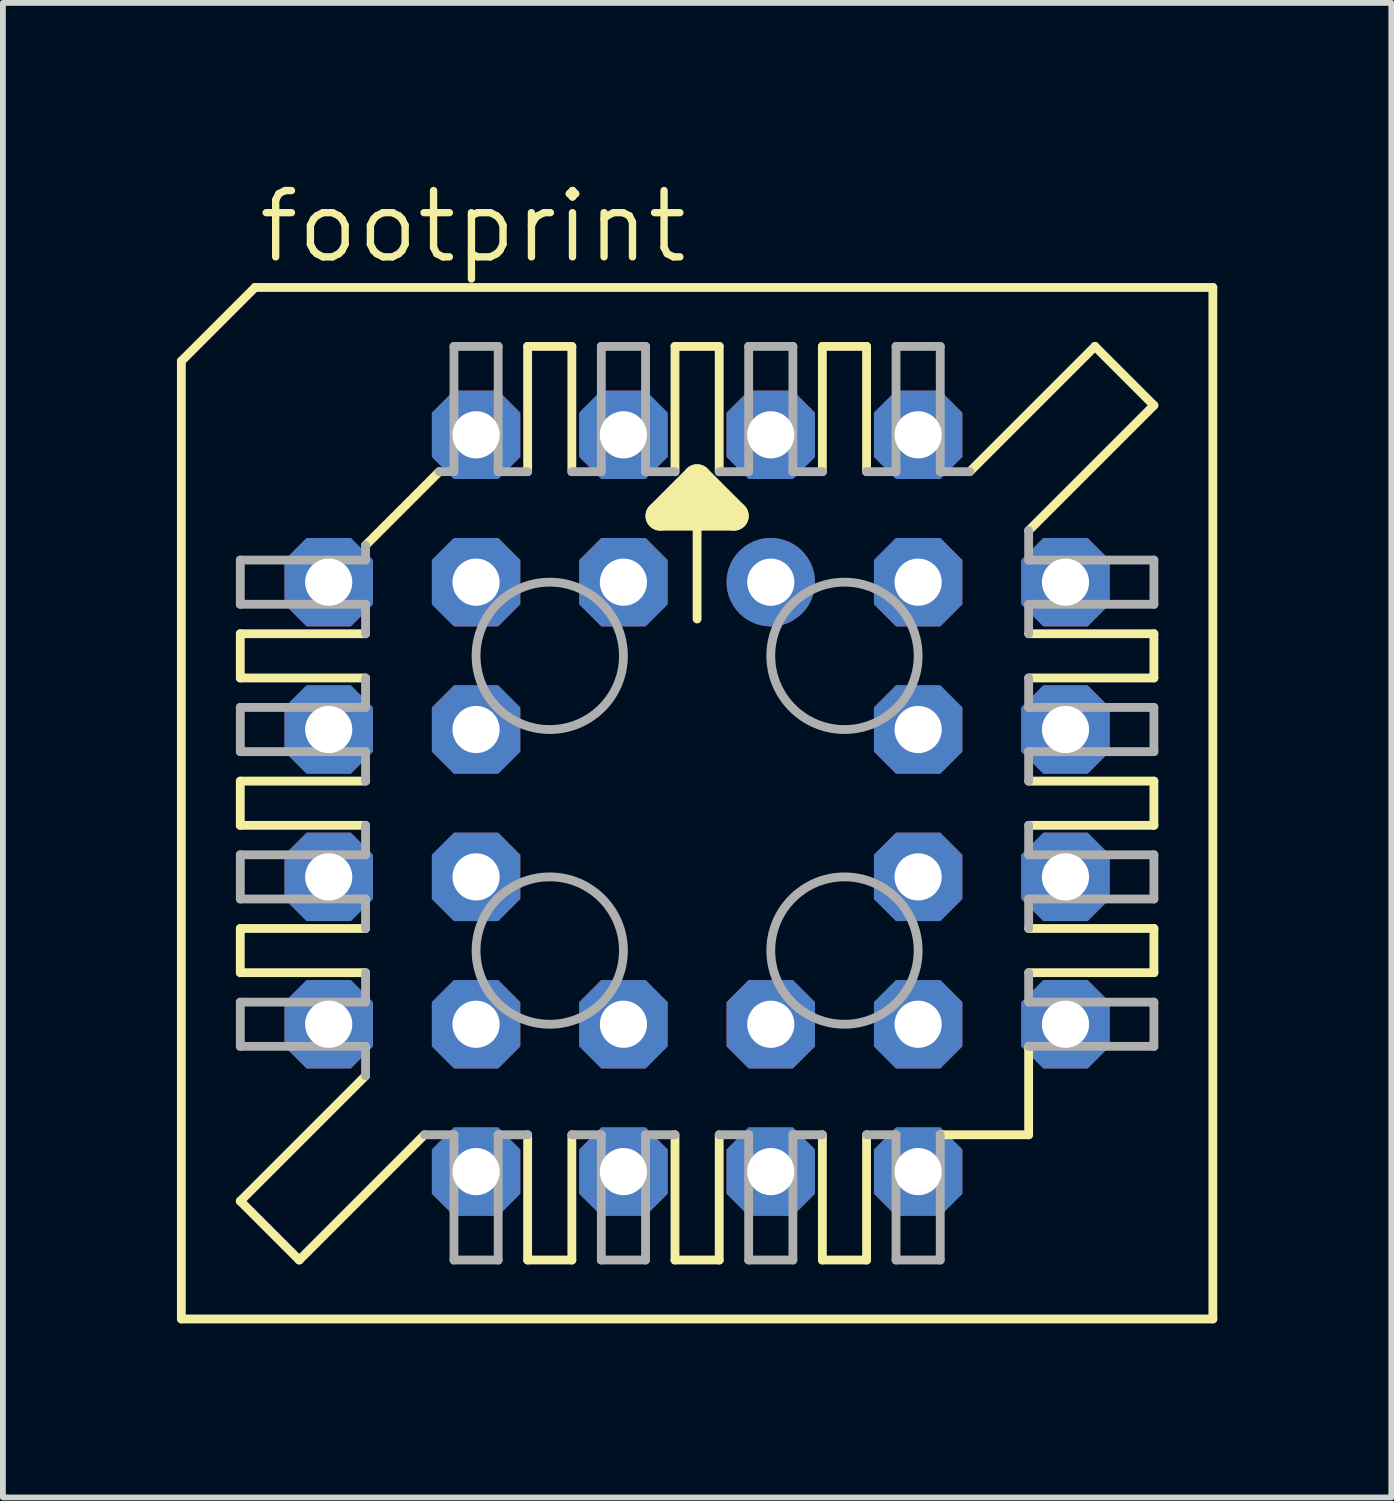
<source format=kicad_pcb>
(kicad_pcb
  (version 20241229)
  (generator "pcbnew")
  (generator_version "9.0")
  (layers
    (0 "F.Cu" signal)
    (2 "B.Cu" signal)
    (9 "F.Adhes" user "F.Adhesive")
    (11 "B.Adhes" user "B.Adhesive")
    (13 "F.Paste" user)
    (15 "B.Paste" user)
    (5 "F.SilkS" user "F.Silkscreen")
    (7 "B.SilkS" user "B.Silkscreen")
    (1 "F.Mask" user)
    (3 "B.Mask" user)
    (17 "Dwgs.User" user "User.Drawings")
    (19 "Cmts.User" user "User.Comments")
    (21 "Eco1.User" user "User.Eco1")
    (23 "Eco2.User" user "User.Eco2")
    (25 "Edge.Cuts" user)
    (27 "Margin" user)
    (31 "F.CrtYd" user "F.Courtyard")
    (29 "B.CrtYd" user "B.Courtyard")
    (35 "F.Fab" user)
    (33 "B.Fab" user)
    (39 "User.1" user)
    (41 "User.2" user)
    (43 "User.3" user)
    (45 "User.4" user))
  (footprint "footprint"
    (layer "F.Cu")
    (at 8.966 10.795)
    (property "Reference" "footprint" (at -7.62 -9.271 0) (layer "F.SilkS") (effects (font (size 1.143 1.143) (thickness 0.127)) (justify left bottom)))
    (fp_line (start -8.89 -7.62) (end -8.89 8.89) (stroke (width 0.152) (type solid)) (layer "F.SilkS"))
    (fp_line (start -7.874 -2.159) (end -7.874 -2.921) (stroke (width 0.152) (type solid)) (layer "F.SilkS"))
    (fp_line (start -7.874 -2.159) (end -5.715 -2.159) (stroke (width 0.152) (type solid)) (layer "F.SilkS"))
    (fp_line (start -7.874 0.381) (end -7.874 -0.381) (stroke (width 0.152) (type solid)) (layer "F.SilkS"))
    (fp_line (start -7.874 0.381) (end -5.715 0.381) (stroke (width 0.152) (type solid)) (layer "F.SilkS"))
    (fp_line (start -7.874 2.921) (end -7.874 2.159) (stroke (width 0.152) (type solid)) (layer "F.SilkS"))
    (fp_line (start -7.874 2.921) (end -5.715 2.921) (stroke (width 0.152) (type solid)) (layer "F.SilkS"))
    (fp_line (start -7.874 6.858) (end -5.715 4.699) (stroke (width 0.152) (type solid)) (layer "F.SilkS"))
    (fp_line (start -7.62 -8.89) (end -8.89 -7.62) (stroke (width 0.152) (type solid)) (layer "F.SilkS"))
    (fp_line (start -6.858 7.874) (end -7.874 6.858) (stroke (width 0.152) (type solid)) (layer "F.SilkS"))
    (fp_line (start -6.858 7.874) (end -4.699 5.715) (stroke (width 0.152) (type solid)) (layer "F.SilkS"))
    (fp_line (start -5.715 -4.445) (end -4.445 -5.715) (stroke (width 0.152) (type solid)) (layer "F.SilkS"))
    (fp_line (start -5.715 -2.921) (end -7.874 -2.921) (stroke (width 0.152) (type solid)) (layer "F.SilkS"))
    (fp_line (start -5.715 -0.381) (end -7.874 -0.381) (stroke (width 0.152) (type solid)) (layer "F.SilkS"))
    (fp_line (start -5.715 2.159) (end -7.874 2.159) (stroke (width 0.152) (type solid)) (layer "F.SilkS"))
    (fp_line (start -2.921 -5.715) (end -2.921 -7.874) (stroke (width 0.152) (type solid)) (layer "F.SilkS"))
    (fp_line (start -2.921 7.874) (end -2.921 5.715) (stroke (width 0.152) (type solid)) (layer "F.SilkS"))
    (fp_line (start -2.921 7.874) (end -2.159 7.874) (stroke (width 0.152) (type solid)) (layer "F.SilkS"))
    (fp_line (start -2.159 -7.874) (end -2.921 -7.874) (stroke (width 0.152) (type solid)) (layer "F.SilkS"))
    (fp_line (start -2.159 -7.874) (end -2.159 -5.715) (stroke (width 0.152) (type solid)) (layer "F.SilkS"))
    (fp_line (start -2.159 5.715) (end -2.159 7.874) (stroke (width 0.152) (type solid)) (layer "F.SilkS"))
    (fp_line (start -0.635 -4.953) (end 0 -5.588) (stroke (width 0.508) (type solid)) (layer "F.SilkS"))
    (fp_line (start -0.381 -5.715) (end -0.381 -7.874) (stroke (width 0.152) (type solid)) (layer "F.SilkS"))
    (fp_line (start -0.381 7.874) (end -0.381 5.715) (stroke (width 0.152) (type solid)) (layer "F.SilkS"))
    (fp_line (start -0.381 7.874) (end 0.381 7.874) (stroke (width 0.152) (type solid)) (layer "F.SilkS"))
    (fp_line (start 0 -5.588) (end 0 -3.175) (stroke (width 0.152) (type solid)) (layer "F.SilkS"))
    (fp_line (start 0 -5.588) (end 0.635 -4.953) (stroke (width 0.508) (type solid)) (layer "F.SilkS"))
    (fp_line (start 0.381 -7.874) (end -0.381 -7.874) (stroke (width 0.152) (type solid)) (layer "F.SilkS"))
    (fp_line (start 0.381 -7.874) (end 0.381 -5.715) (stroke (width 0.152) (type solid)) (layer "F.SilkS"))
    (fp_line (start 0.381 5.715) (end 0.381 7.874) (stroke (width 0.152) (type solid)) (layer "F.SilkS"))
    (fp_line (start 0.635 -4.953) (end -0.635 -4.953) (stroke (width 0.508) (type solid)) (layer "F.SilkS"))
    (fp_line (start 2.159 -5.715) (end 2.159 -7.874) (stroke (width 0.152) (type solid)) (layer "F.SilkS"))
    (fp_line (start 2.159 7.874) (end 2.159 5.715) (stroke (width 0.152) (type solid)) (layer "F.SilkS"))
    (fp_line (start 2.159 7.874) (end 2.921 7.874) (stroke (width 0.152) (type solid)) (layer "F.SilkS"))
    (fp_line (start 2.921 -7.874) (end 2.159 -7.874) (stroke (width 0.152) (type solid)) (layer "F.SilkS"))
    (fp_line (start 2.921 -7.874) (end 2.921 -5.715) (stroke (width 0.152) (type solid)) (layer "F.SilkS"))
    (fp_line (start 2.921 5.715) (end 2.921 7.874) (stroke (width 0.152) (type solid)) (layer "F.SilkS"))
    (fp_line (start 4.191 5.715) (end 5.715 5.715) (stroke (width 0.152) (type solid)) (layer "F.SilkS"))
    (fp_line (start 5.715 -2.159) (end 7.874 -2.159) (stroke (width 0.152) (type solid)) (layer "F.SilkS"))
    (fp_line (start 5.715 0.381) (end 7.874 0.381) (stroke (width 0.152) (type solid)) (layer "F.SilkS"))
    (fp_line (start 5.715 2.921) (end 7.874 2.921) (stroke (width 0.152) (type solid)) (layer "F.SilkS"))
    (fp_line (start 5.715 4.191) (end 5.715 5.715) (stroke (width 0.152) (type solid)) (layer "F.SilkS"))
    (fp_line (start 6.858 -7.874) (end 4.699 -5.715) (stroke (width 0.152) (type solid)) (layer "F.SilkS"))
    (fp_line (start 7.874 -6.858) (end 5.715 -4.699) (stroke (width 0.152) (type solid)) (layer "F.SilkS"))
    (fp_line (start 7.874 -6.858) (end 6.858 -7.874) (stroke (width 0.152) (type solid)) (layer "F.SilkS"))
    (fp_line (start 7.874 -2.921) (end 5.715 -2.921) (stroke (width 0.152) (type solid)) (layer "F.SilkS"))
    (fp_line (start 7.874 -2.921) (end 7.874 -2.159) (stroke (width 0.152) (type solid)) (layer "F.SilkS"))
    (fp_line (start 7.874 -0.381) (end 5.715 -0.381) (stroke (width 0.152) (type solid)) (layer "F.SilkS"))
    (fp_line (start 7.874 -0.381) (end 7.874 0.381) (stroke (width 0.152) (type solid)) (layer "F.SilkS"))
    (fp_line (start 7.874 2.159) (end 5.715 2.159) (stroke (width 0.152) (type solid)) (layer "F.SilkS"))
    (fp_line (start 7.874 2.159) (end 7.874 2.921) (stroke (width 0.152) (type solid)) (layer "F.SilkS"))
    (fp_line (start 8.89 -8.89) (end -7.62 -8.89) (stroke (width 0.152) (type solid)) (layer "F.SilkS"))
    (fp_line (start 8.89 8.89) (end -8.89 8.89) (stroke (width 0.152) (type solid)) (layer "F.SilkS"))
    (fp_line (start 8.89 8.89) (end 8.89 -8.89) (stroke (width 0.152) (type solid)) (layer "F.SilkS"))
    (fp_line (start -7.874 -3.429) (end -7.874 -4.191) (stroke (width 0.152) (type solid)) (layer "F.Fab"))
    (fp_line (start -7.874 -3.429) (end -5.715 -3.429) (stroke (width 0.152) (type solid)) (layer "F.Fab"))
    (fp_line (start -7.874 -0.889) (end -7.874 -1.651) (stroke (width 0.152) (type solid)) (layer "F.Fab"))
    (fp_line (start -7.874 -0.889) (end -5.715 -0.889) (stroke (width 0.152) (type solid)) (layer "F.Fab"))
    (fp_line (start -7.874 1.651) (end -7.874 0.889) (stroke (width 0.152) (type solid)) (layer "F.Fab"))
    (fp_line (start -7.874 1.651) (end -5.715 1.651) (stroke (width 0.152) (type solid)) (layer "F.Fab"))
    (fp_line (start -7.874 4.191) (end -7.874 3.429) (stroke (width 0.152) (type solid)) (layer "F.Fab"))
    (fp_line (start -7.874 4.191) (end -5.715 4.191) (stroke (width 0.152) (type solid)) (layer "F.Fab"))
    (fp_line (start -5.715 -4.191) (end -7.874 -4.191) (stroke (width 0.152) (type solid)) (layer "F.Fab"))
    (fp_line (start -5.715 -4.191) (end -5.715 -4.445) (stroke (width 0.152) (type solid)) (layer "F.Fab"))
    (fp_line (start -5.715 -2.921) (end -5.715 -3.429) (stroke (width 0.152) (type solid)) (layer "F.Fab"))
    (fp_line (start -5.715 -1.651) (end -7.874 -1.651) (stroke (width 0.152) (type solid)) (layer "F.Fab"))
    (fp_line (start -5.715 -1.651) (end -5.715 -2.159) (stroke (width 0.152) (type solid)) (layer "F.Fab"))
    (fp_line (start -5.715 -0.381) (end -5.715 -0.889) (stroke (width 0.152) (type solid)) (layer "F.Fab"))
    (fp_line (start -5.715 0.889) (end -7.874 0.889) (stroke (width 0.152) (type solid)) (layer "F.Fab"))
    (fp_line (start -5.715 0.889) (end -5.715 0.381) (stroke (width 0.152) (type solid)) (layer "F.Fab"))
    (fp_line (start -5.715 2.159) (end -5.715 1.651) (stroke (width 0.152) (type solid)) (layer "F.Fab"))
    (fp_line (start -5.715 3.429) (end -7.874 3.429) (stroke (width 0.152) (type solid)) (layer "F.Fab"))
    (fp_line (start -5.715 3.429) (end -5.715 2.921) (stroke (width 0.152) (type solid)) (layer "F.Fab"))
    (fp_line (start -5.715 4.699) (end -5.715 4.191) (stroke (width 0.152) (type solid)) (layer "F.Fab"))
    (fp_line (start -4.699 5.715) (end -4.191 5.715) (stroke (width 0.152) (type solid)) (layer "F.Fab"))
    (fp_line (start -4.191 -5.715) (end -4.445 -5.715) (stroke (width 0.152) (type solid)) (layer "F.Fab"))
    (fp_line (start -4.191 -5.715) (end -4.191 -7.874) (stroke (width 0.152) (type solid)) (layer "F.Fab"))
    (fp_line (start -4.191 7.874) (end -4.191 5.715) (stroke (width 0.152) (type solid)) (layer "F.Fab"))
    (fp_line (start -4.191 7.874) (end -3.429 7.874) (stroke (width 0.152) (type solid)) (layer "F.Fab"))
    (fp_line (start -3.429 -7.874) (end -4.191 -7.874) (stroke (width 0.152) (type solid)) (layer "F.Fab"))
    (fp_line (start -3.429 -7.874) (end -3.429 -5.715) (stroke (width 0.152) (type solid)) (layer "F.Fab"))
    (fp_line (start -3.429 5.715) (end -3.429 7.874) (stroke (width 0.152) (type solid)) (layer "F.Fab"))
    (fp_line (start -3.429 5.715) (end -2.921 5.715) (stroke (width 0.152) (type solid)) (layer "F.Fab"))
    (fp_line (start -2.921 -5.715) (end -3.429 -5.715) (stroke (width 0.152) (type solid)) (layer "F.Fab"))
    (fp_line (start -2.159 5.715) (end -1.651 5.715) (stroke (width 0.152) (type solid)) (layer "F.Fab"))
    (fp_line (start -1.651 -5.715) (end -2.159 -5.715) (stroke (width 0.152) (type solid)) (layer "F.Fab"))
    (fp_line (start -1.651 -5.715) (end -1.651 -7.874) (stroke (width 0.152) (type solid)) (layer "F.Fab"))
    (fp_line (start -1.651 7.874) (end -1.651 5.715) (stroke (width 0.152) (type solid)) (layer "F.Fab"))
    (fp_line (start -1.651 7.874) (end -0.889 7.874) (stroke (width 0.152) (type solid)) (layer "F.Fab"))
    (fp_line (start -0.889 -7.874) (end -1.651 -7.874) (stroke (width 0.152) (type solid)) (layer "F.Fab"))
    (fp_line (start -0.889 -7.874) (end -0.889 -5.715) (stroke (width 0.152) (type solid)) (layer "F.Fab"))
    (fp_line (start -0.889 5.715) (end -0.889 7.874) (stroke (width 0.152) (type solid)) (layer "F.Fab"))
    (fp_line (start -0.889 5.715) (end -0.381 5.715) (stroke (width 0.152) (type solid)) (layer "F.Fab"))
    (fp_line (start -0.381 -5.715) (end -0.889 -5.715) (stroke (width 0.152) (type solid)) (layer "F.Fab"))
    (fp_line (start 0.381 5.715) (end 0.889 5.715) (stroke (width 0.152) (type solid)) (layer "F.Fab"))
    (fp_line (start 0.889 -5.715) (end 0.381 -5.715) (stroke (width 0.152) (type solid)) (layer "F.Fab"))
    (fp_line (start 0.889 -5.715) (end 0.889 -7.874) (stroke (width 0.152) (type solid)) (layer "F.Fab"))
    (fp_line (start 0.889 7.874) (end 0.889 5.715) (stroke (width 0.152) (type solid)) (layer "F.Fab"))
    (fp_line (start 0.889 7.874) (end 1.651 7.874) (stroke (width 0.152) (type solid)) (layer "F.Fab"))
    (fp_line (start 1.651 -7.874) (end 0.889 -7.874) (stroke (width 0.152) (type solid)) (layer "F.Fab"))
    (fp_line (start 1.651 -7.874) (end 1.651 -5.715) (stroke (width 0.152) (type solid)) (layer "F.Fab"))
    (fp_line (start 1.651 5.715) (end 1.651 7.874) (stroke (width 0.152) (type solid)) (layer "F.Fab"))
    (fp_line (start 1.651 5.715) (end 2.159 5.715) (stroke (width 0.152) (type solid)) (layer "F.Fab"))
    (fp_line (start 2.159 -5.715) (end 1.651 -5.715) (stroke (width 0.152) (type solid)) (layer "F.Fab"))
    (fp_line (start 2.921 5.715) (end 3.429 5.715) (stroke (width 0.152) (type solid)) (layer "F.Fab"))
    (fp_line (start 3.429 -5.715) (end 2.921 -5.715) (stroke (width 0.152) (type solid)) (layer "F.Fab"))
    (fp_line (start 3.429 -5.715) (end 3.429 -7.874) (stroke (width 0.152) (type solid)) (layer "F.Fab"))
    (fp_line (start 3.429 7.874) (end 3.429 5.715) (stroke (width 0.152) (type solid)) (layer "F.Fab"))
    (fp_line (start 3.429 7.874) (end 4.191 7.874) (stroke (width 0.152) (type solid)) (layer "F.Fab"))
    (fp_line (start 4.191 -7.874) (end 3.429 -7.874) (stroke (width 0.152) (type solid)) (layer "F.Fab"))
    (fp_line (start 4.191 -7.874) (end 4.191 -5.715) (stroke (width 0.152) (type solid)) (layer "F.Fab"))
    (fp_line (start 4.191 5.715) (end 4.191 7.874) (stroke (width 0.152) (type solid)) (layer "F.Fab"))
    (fp_line (start 4.699 -5.715) (end 4.191 -5.715) (stroke (width 0.152) (type solid)) (layer "F.Fab"))
    (fp_line (start 5.715 -4.699) (end 5.715 -4.191) (stroke (width 0.152) (type solid)) (layer "F.Fab"))
    (fp_line (start 5.715 -3.429) (end 5.715 -2.921) (stroke (width 0.152) (type solid)) (layer "F.Fab"))
    (fp_line (start 5.715 -3.429) (end 7.874 -3.429) (stroke (width 0.152) (type solid)) (layer "F.Fab"))
    (fp_line (start 5.715 -2.159) (end 5.715 -1.651) (stroke (width 0.152) (type solid)) (layer "F.Fab"))
    (fp_line (start 5.715 -0.889) (end 5.715 -0.381) (stroke (width 0.152) (type solid)) (layer "F.Fab"))
    (fp_line (start 5.715 -0.889) (end 7.874 -0.889) (stroke (width 0.152) (type solid)) (layer "F.Fab"))
    (fp_line (start 5.715 0.381) (end 5.715 0.889) (stroke (width 0.152) (type solid)) (layer "F.Fab"))
    (fp_line (start 5.715 1.651) (end 5.715 2.159) (stroke (width 0.152) (type solid)) (layer "F.Fab"))
    (fp_line (start 5.715 1.651) (end 7.874 1.651) (stroke (width 0.152) (type solid)) (layer "F.Fab"))
    (fp_line (start 5.715 2.921) (end 5.715 3.429) (stroke (width 0.152) (type solid)) (layer "F.Fab"))
    (fp_line (start 5.715 4.191) (end 7.874 4.191) (stroke (width 0.152) (type solid)) (layer "F.Fab"))
    (fp_line (start 7.874 -4.191) (end 5.715 -4.191) (stroke (width 0.152) (type solid)) (layer "F.Fab"))
    (fp_line (start 7.874 -4.191) (end 7.874 -3.429) (stroke (width 0.152) (type solid)) (layer "F.Fab"))
    (fp_line (start 7.874 -1.651) (end 5.715 -1.651) (stroke (width 0.152) (type solid)) (layer "F.Fab"))
    (fp_line (start 7.874 -1.651) (end 7.874 -0.889) (stroke (width 0.152) (type solid)) (layer "F.Fab"))
    (fp_line (start 7.874 0.889) (end 5.715 0.889) (stroke (width 0.152) (type solid)) (layer "F.Fab"))
    (fp_line (start 7.874 0.889) (end 7.874 1.651) (stroke (width 0.152) (type solid)) (layer "F.Fab"))
    (fp_line (start 7.874 3.429) (end 5.715 3.429) (stroke (width 0.152) (type solid)) (layer "F.Fab"))
    (fp_line (start 7.874 3.429) (end 7.874 4.191) (stroke (width 0.152) (type solid)) (layer "F.Fab"))
    (fp_circle (center -2.54 -2.54) (end -1.27 -2.54) (stroke (width 0.152) (type solid)) (fill no) (layer "F.Fab"))
    (fp_circle (center -2.54 2.54) (end -1.27 2.54) (stroke (width 0.152) (type solid)) (fill no) (layer "F.Fab"))
    (fp_circle (center 2.54 -2.54) (end 3.81 -2.54) (stroke (width 0.152) (type solid)) (fill no) (layer "F.Fab"))
    (fp_circle (center 2.54 2.54) (end 3.81 2.54) (stroke (width 0.152) (type solid)) (fill no) (layer "F.Fab"))
    (pad "1" thru_hole circle (at 1.27 -3.81) (size 1.524 1.524) (drill 0.813) (layers "*.Cu" "*.Mask"))
    (pad "2" thru_hole roundrect (at -1.27 -6.35) (size 1.524 1.524) (drill 0.813) (layers "*.Cu" "*.Mask") (roundrect_rratio 0.25) (chamfer_ratio 0.25) (chamfer top_left top_right bottom_left bottom_right))
    (pad "3" thru_hole roundrect (at -1.27 -3.81) (size 1.524 1.524) (drill 0.813) (layers "*.Cu" "*.Mask") (roundrect_rratio 0.25) (chamfer_ratio 0.25) (chamfer top_left top_right bottom_left bottom_right))
    (pad "4" thru_hole roundrect (at -3.81 -6.35) (size 1.524 1.524) (drill 0.813) (layers "*.Cu" "*.Mask") (roundrect_rratio 0.25) (chamfer_ratio 0.25) (chamfer top_left top_right bottom_left bottom_right))
    (pad "5" thru_hole roundrect (at -6.35 -3.81) (size 1.524 1.524) (drill 0.813) (layers "*.Cu" "*.Mask") (roundrect_rratio 0.25) (chamfer_ratio 0.25) (chamfer top_left top_right bottom_left bottom_right))
    (pad "6" thru_hole roundrect (at -3.81 -3.81) (size 1.524 1.524) (drill 0.813) (layers "*.Cu" "*.Mask") (roundrect_rratio 0.25) (chamfer_ratio 0.25) (chamfer top_left top_right bottom_left bottom_right))
    (pad "7" thru_hole roundrect (at -6.35 -1.27) (size 1.524 1.524) (drill 0.813) (layers "*.Cu" "*.Mask") (roundrect_rratio 0.25) (chamfer_ratio 0.25) (chamfer top_left top_right bottom_left bottom_right))
    (pad "8" thru_hole roundrect (at -3.81 -1.27) (size 1.524 1.524) (drill 0.813) (layers "*.Cu" "*.Mask") (roundrect_rratio 0.25) (chamfer_ratio 0.25) (chamfer top_left top_right bottom_left bottom_right))
    (pad "9" thru_hole roundrect (at -6.35 1.27) (size 1.524 1.524) (drill 0.813) (layers "*.Cu" "*.Mask") (roundrect_rratio 0.25) (chamfer_ratio 0.25) (chamfer top_left top_right bottom_left bottom_right))
    (pad "10" thru_hole roundrect (at -3.81 1.27) (size 1.524 1.524) (drill 0.813) (layers "*.Cu" "*.Mask") (roundrect_rratio 0.25) (chamfer_ratio 0.25) (chamfer top_left top_right bottom_left bottom_right))
    (pad "11" thru_hole roundrect (at -6.35 3.81) (size 1.524 1.524) (drill 0.813) (layers "*.Cu" "*.Mask") (roundrect_rratio 0.25) (chamfer_ratio 0.25) (chamfer top_left top_right bottom_left bottom_right))
    (pad "12" thru_hole roundrect (at -3.81 6.35) (size 1.524 1.524) (drill 0.813) (layers "*.Cu" "*.Mask") (roundrect_rratio 0.25) (chamfer_ratio 0.25) (chamfer top_left top_right bottom_left bottom_right))
    (pad "13" thru_hole roundrect (at -3.81 3.81) (size 1.524 1.524) (drill 0.813) (layers "*.Cu" "*.Mask") (roundrect_rratio 0.25) (chamfer_ratio 0.25) (chamfer top_left top_right bottom_left bottom_right))
    (pad "14" thru_hole roundrect (at -1.27 6.35) (size 1.524 1.524) (drill 0.813) (layers "*.Cu" "*.Mask") (roundrect_rratio 0.25) (chamfer_ratio 0.25) (chamfer top_left top_right bottom_left bottom_right))
    (pad "15" thru_hole roundrect (at -1.27 3.81) (size 1.524 1.524) (drill 0.813) (layers "*.Cu" "*.Mask") (roundrect_rratio 0.25) (chamfer_ratio 0.25) (chamfer top_left top_right bottom_left bottom_right))
    (pad "16" thru_hole roundrect (at 1.27 6.35) (size 1.524 1.524) (drill 0.813) (layers "*.Cu" "*.Mask") (roundrect_rratio 0.25) (chamfer_ratio 0.25) (chamfer top_left top_right bottom_left bottom_right))
    (pad "17" thru_hole roundrect (at 1.27 3.81) (size 1.524 1.524) (drill 0.813) (layers "*.Cu" "*.Mask") (roundrect_rratio 0.25) (chamfer_ratio 0.25) (chamfer top_left top_right bottom_left bottom_right))
    (pad "18" thru_hole roundrect (at 3.81 6.35) (size 1.524 1.524) (drill 0.813) (layers "*.Cu" "*.Mask") (roundrect_rratio 0.25) (chamfer_ratio 0.25) (chamfer top_left top_right bottom_left bottom_right))
    (pad "19" thru_hole roundrect (at 6.35 3.81) (size 1.524 1.524) (drill 0.813) (layers "*.Cu" "*.Mask") (roundrect_rratio 0.25) (chamfer_ratio 0.25) (chamfer top_left top_right bottom_left bottom_right))
    (pad "20" thru_hole roundrect (at 3.81 3.81) (size 1.524 1.524) (drill 0.813) (layers "*.Cu" "*.Mask") (roundrect_rratio 0.25) (chamfer_ratio 0.25) (chamfer top_left top_right bottom_left bottom_right))
    (pad "21" thru_hole roundrect (at 6.35 1.27) (size 1.524 1.524) (drill 0.813) (layers "*.Cu" "*.Mask") (roundrect_rratio 0.25) (chamfer_ratio 0.25) (chamfer top_left top_right bottom_left bottom_right))
    (pad "22" thru_hole roundrect (at 3.81 1.27) (size 1.524 1.524) (drill 0.813) (layers "*.Cu" "*.Mask") (roundrect_rratio 0.25) (chamfer_ratio 0.25) (chamfer top_left top_right bottom_left bottom_right))
    (pad "23" thru_hole roundrect (at 6.35 -1.27) (size 1.524 1.524) (drill 0.813) (layers "*.Cu" "*.Mask") (roundrect_rratio 0.25) (chamfer_ratio 0.25) (chamfer top_left top_right bottom_left bottom_right))
    (pad "24" thru_hole roundrect (at 3.81 -1.27) (size 1.524 1.524) (drill 0.813) (layers "*.Cu" "*.Mask") (roundrect_rratio 0.25) (chamfer_ratio 0.25) (chamfer top_left top_right bottom_left bottom_right))
    (pad "25" thru_hole roundrect (at 6.35 -3.81) (size 1.524 1.524) (drill 0.813) (layers "*.Cu" "*.Mask") (roundrect_rratio 0.25) (chamfer_ratio 0.25) (chamfer top_left top_right bottom_left bottom_right))
    (pad "26" thru_hole roundrect (at 3.81 -6.35) (size 1.524 1.524) (drill 0.813) (layers "*.Cu" "*.Mask") (roundrect_rratio 0.25) (chamfer_ratio 0.25) (chamfer top_left top_right bottom_left bottom_right))
    (pad "27" thru_hole roundrect (at 3.81 -3.81) (size 1.524 1.524) (drill 0.813) (layers "*.Cu" "*.Mask") (roundrect_rratio 0.25) (chamfer_ratio 0.25) (chamfer top_left top_right bottom_left bottom_right))
    (pad "28" thru_hole roundrect (at 1.27 -6.35) (size 1.524 1.524) (drill 0.813) (layers "*.Cu" "*.Mask") (roundrect_rratio 0.25) (chamfer_ratio 0.25) (chamfer top_left top_right bottom_left bottom_right)))
  (gr_rect
    (start -3 -3)
    (end 20.932 22.761)
    (stroke (width 0.1) (type default))
    (fill no)
    (layer "Edge.Cuts")))
</source>
